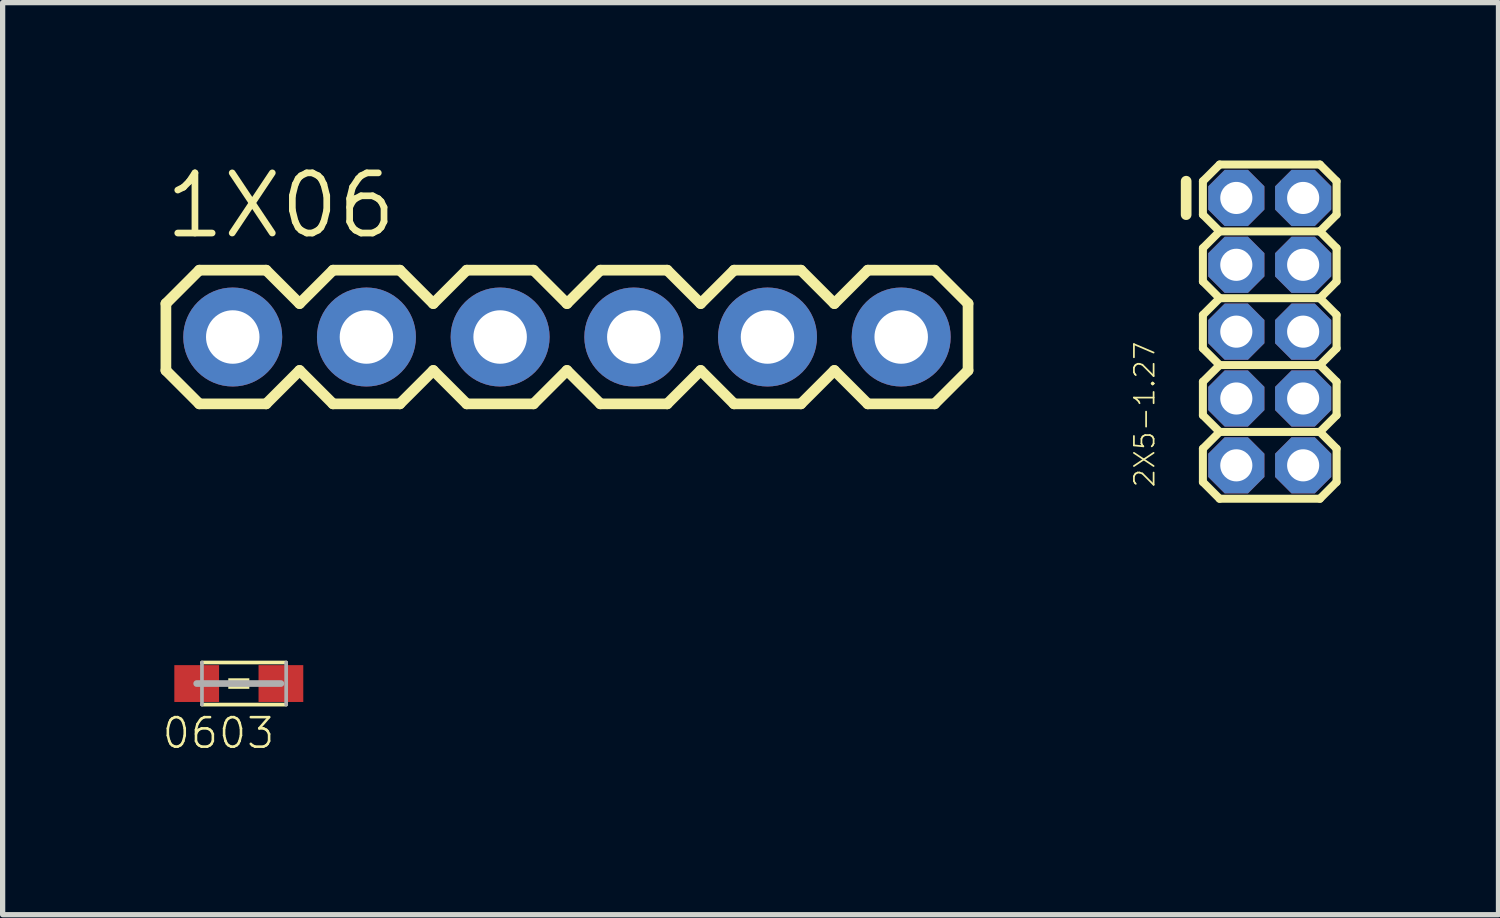
<source format=kicad_pcb>
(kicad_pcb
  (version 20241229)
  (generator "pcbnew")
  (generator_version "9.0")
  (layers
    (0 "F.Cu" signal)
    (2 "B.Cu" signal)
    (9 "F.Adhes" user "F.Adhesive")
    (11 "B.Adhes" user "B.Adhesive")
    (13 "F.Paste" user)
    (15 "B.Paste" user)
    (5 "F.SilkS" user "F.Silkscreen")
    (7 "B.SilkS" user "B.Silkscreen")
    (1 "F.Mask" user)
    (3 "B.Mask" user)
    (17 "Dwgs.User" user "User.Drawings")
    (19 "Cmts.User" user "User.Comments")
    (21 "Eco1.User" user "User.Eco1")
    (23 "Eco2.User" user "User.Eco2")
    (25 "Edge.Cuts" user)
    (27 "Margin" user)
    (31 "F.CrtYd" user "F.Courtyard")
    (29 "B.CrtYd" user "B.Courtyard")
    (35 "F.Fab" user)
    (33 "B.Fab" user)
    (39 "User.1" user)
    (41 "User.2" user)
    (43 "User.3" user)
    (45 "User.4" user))
  (footprint "1X06"
    (layer "F.Cu")
    (at 1.372 3.353)
    (property "Reference" "1X06" (at -1.346 -1.829 0) (layer "F.SilkS") (effects (font (size 1.143 1.143) (thickness 0.127)) (justify left bottom)))
    (fp_line (start -1.27 -0.635) (end -1.27 0.635) (stroke (width 0.203) (type solid)) (layer "F.SilkS"))
    (fp_line (start -1.27 0.635) (end -0.635 1.27) (stroke (width 0.203) (type solid)) (layer "F.SilkS"))
    (fp_line (start -0.635 -1.27) (end -1.27 -0.635) (stroke (width 0.203) (type solid)) (layer "F.SilkS"))
    (fp_line (start -0.635 -1.27) (end 0.635 -1.27) (stroke (width 0.203) (type solid)) (layer "F.SilkS"))
    (fp_line (start 0.635 -1.27) (end 1.27 -0.635) (stroke (width 0.203) (type solid)) (layer "F.SilkS"))
    (fp_line (start 0.635 1.27) (end -0.635 1.27) (stroke (width 0.203) (type solid)) (layer "F.SilkS"))
    (fp_line (start 1.27 -0.635) (end 1.905 -1.27) (stroke (width 0.203) (type solid)) (layer "F.SilkS"))
    (fp_line (start 1.27 0.635) (end 0.635 1.27) (stroke (width 0.203) (type solid)) (layer "F.SilkS"))
    (fp_line (start 1.905 -1.27) (end 3.175 -1.27) (stroke (width 0.203) (type solid)) (layer "F.SilkS"))
    (fp_line (start 1.905 1.27) (end 1.27 0.635) (stroke (width 0.203) (type solid)) (layer "F.SilkS"))
    (fp_line (start 3.175 -1.27) (end 3.81 -0.635) (stroke (width 0.203) (type solid)) (layer "F.SilkS"))
    (fp_line (start 3.175 1.27) (end 1.905 1.27) (stroke (width 0.203) (type solid)) (layer "F.SilkS"))
    (fp_line (start 3.81 -0.635) (end 4.445 -1.27) (stroke (width 0.203) (type solid)) (layer "F.SilkS"))
    (fp_line (start 3.81 0.635) (end 3.175 1.27) (stroke (width 0.203) (type solid)) (layer "F.SilkS"))
    (fp_line (start 4.445 -1.27) (end 5.715 -1.27) (stroke (width 0.203) (type solid)) (layer "F.SilkS"))
    (fp_line (start 4.445 1.27) (end 3.81 0.635) (stroke (width 0.203) (type solid)) (layer "F.SilkS"))
    (fp_line (start 5.715 -1.27) (end 6.35 -0.635) (stroke (width 0.203) (type solid)) (layer "F.SilkS"))
    (fp_line (start 5.715 1.27) (end 4.445 1.27) (stroke (width 0.203) (type solid)) (layer "F.SilkS"))
    (fp_line (start 6.35 0.635) (end 5.715 1.27) (stroke (width 0.203) (type solid)) (layer "F.SilkS"))
    (fp_line (start 6.35 0.635) (end 6.985 1.27) (stroke (width 0.203) (type solid)) (layer "F.SilkS"))
    (fp_line (start 6.985 -1.27) (end 6.35 -0.635) (stroke (width 0.203) (type solid)) (layer "F.SilkS"))
    (fp_line (start 6.985 -1.27) (end 8.255 -1.27) (stroke (width 0.203) (type solid)) (layer "F.SilkS"))
    (fp_line (start 8.255 -1.27) (end 8.89 -0.635) (stroke (width 0.203) (type solid)) (layer "F.SilkS"))
    (fp_line (start 8.255 1.27) (end 6.985 1.27) (stroke (width 0.203) (type solid)) (layer "F.SilkS"))
    (fp_line (start 8.89 -0.635) (end 9.525 -1.27) (stroke (width 0.203) (type solid)) (layer "F.SilkS"))
    (fp_line (start 8.89 0.635) (end 8.255 1.27) (stroke (width 0.203) (type solid)) (layer "F.SilkS"))
    (fp_line (start 9.525 -1.27) (end 10.795 -1.27) (stroke (width 0.203) (type solid)) (layer "F.SilkS"))
    (fp_line (start 9.525 1.27) (end 8.89 0.635) (stroke (width 0.203) (type solid)) (layer "F.SilkS"))
    (fp_line (start 10.795 -1.27) (end 11.43 -0.635) (stroke (width 0.203) (type solid)) (layer "F.SilkS"))
    (fp_line (start 10.795 1.27) (end 9.525 1.27) (stroke (width 0.203) (type solid)) (layer "F.SilkS"))
    (fp_line (start 11.43 -0.635) (end 12.065 -1.27) (stroke (width 0.203) (type solid)) (layer "F.SilkS"))
    (fp_line (start 11.43 0.635) (end 10.795 1.27) (stroke (width 0.203) (type solid)) (layer "F.SilkS"))
    (fp_line (start 12.065 -1.27) (end 13.335 -1.27) (stroke (width 0.203) (type solid)) (layer "F.SilkS"))
    (fp_line (start 12.065 1.27) (end 11.43 0.635) (stroke (width 0.203) (type solid)) (layer "F.SilkS"))
    (fp_line (start 13.335 -1.27) (end 13.97 -0.635) (stroke (width 0.203) (type solid)) (layer "F.SilkS"))
    (fp_line (start 13.335 1.27) (end 12.065 1.27) (stroke (width 0.203) (type solid)) (layer "F.SilkS"))
    (fp_line (start 13.97 -0.635) (end 13.97 0.635) (stroke (width 0.203) (type solid)) (layer "F.SilkS"))
    (fp_line (start 13.97 0.635) (end 13.335 1.27) (stroke (width 0.203) (type solid)) (layer "F.SilkS"))
    (fp_poly (pts (xy -0.254 0.254) (xy 0.254 0.254) (xy 0.254 -0.254) (xy -0.254 -0.254)) (stroke (width 0.1) (type solid)) (fill no) (layer "F.Fab"))
    (fp_poly (pts (xy 2.286 0.254) (xy 2.794 0.254) (xy 2.794 -0.254) (xy 2.286 -0.254)) (stroke (width 0.1) (type solid)) (fill no) (layer "F.Fab"))
    (fp_poly (pts (xy 4.826 0.254) (xy 5.334 0.254) (xy 5.334 -0.254) (xy 4.826 -0.254)) (stroke (width 0.1) (type solid)) (fill no) (layer "F.Fab"))
    (fp_poly (pts (xy 7.366 0.254) (xy 7.874 0.254) (xy 7.874 -0.254) (xy 7.366 -0.254)) (stroke (width 0.1) (type solid)) (fill no) (layer "F.Fab"))
    (fp_poly (pts (xy 9.906 0.254) (xy 10.414 0.254) (xy 10.414 -0.254) (xy 9.906 -0.254)) (stroke (width 0.1) (type solid)) (fill no) (layer "F.Fab"))
    (fp_poly (pts (xy 12.446 0.254) (xy 12.954 0.254) (xy 12.954 -0.254) (xy 12.446 -0.254)) (stroke (width 0.1) (type solid)) (fill no) (layer "F.Fab"))
    (pad "1" thru_hole circle (at 0 0 90) (size 1.88 1.88) (drill 1.016) (layers "*.Cu" "*.Mask"))
    (pad "2" thru_hole circle (at 2.54 0 90) (size 1.88 1.88) (drill 1.016) (layers "*.Cu" "*.Mask"))
    (pad "3" thru_hole circle (at 5.08 0 90) (size 1.88 1.88) (drill 1.016) (layers "*.Cu" "*.Mask"))
    (pad "4" thru_hole circle (at 7.62 0 90) (size 1.88 1.88) (drill 1.016) (layers "*.Cu" "*.Mask"))
    (pad "5" thru_hole circle (at 10.16 0 90) (size 1.88 1.88) (drill 1.016) (layers "*.Cu" "*.Mask"))
    (pad "6" thru_hole circle (at 12.7 0 90) (size 1.88 1.88) (drill 1.016) (layers "*.Cu" "*.Mask")))
  (footprint "0603"
    (layer "F.Cu")
    (at 1.587 9.937)
    (property "Reference" "0603" (at -1.587 1.27 0) (layer "F.SilkS") (effects (font (size 0.561 0.561) (thickness 0.049)) (justify left bottom)))
    (fp_line (start -0.8 -0.4) (end 0.8 -0.4) (stroke (width 0.07) (type solid)) (layer "F.SilkS"))
    (fp_line (start 0.8 0.4) (end -0.8 0.4) (stroke (width 0.07) (type solid)) (layer "F.SilkS"))
    (fp_poly (pts (xy -0.3 0.1) (xy 0.1 0.1) (xy 0.1 -0.1) (xy -0.3 -0.1)) (stroke (width 0) (type solid)) (fill yes) (layer "F.SilkS"))
    (fp_line (start -0.9 0) (end 0.7 0) (stroke (width 0.127) (type solid)) (layer "F.Fab"))
    (fp_line (start -0.8 0.4) (end -0.8 -0.4) (stroke (width 0.07) (type solid)) (layer "F.Fab"))
    (fp_line (start 0.8 -0.4) (end 0.8 0.4) (stroke (width 0.07) (type solid)) (layer "F.Fab"))
    (pad "1" smd rect (at -0.9 0) (size 0.85 0.7) (layers "F.Cu" "F.Mask" "F.Paste"))
    (pad "2" smd rect (at 0.7 0) (size 0.85 0.7) (layers "F.Cu" "F.Mask" "F.Paste")))
  (footprint "2X5-1.27"
    (layer "F.Cu")
    (at 21.709 4.521)
    (property "Reference" "2X5-1.27" (at -2.794 1.714 90) (layer "F.SilkS") (effects (font (size 0.374 0.374) (thickness 0.033)) (justify left bottom)))
    (fp_line (start -2.223 -4.128) (end -2.223 -3.493) (stroke (width 0.203) (type solid)) (layer "F.SilkS"))
    (fp_line (start -1.905 -4.128) (end -1.905 -3.493) (stroke (width 0.152) (type solid)) (layer "F.SilkS"))
    (fp_line (start -1.905 -3.493) (end -1.587 -3.175) (stroke (width 0.152) (type solid)) (layer "F.SilkS"))
    (fp_line (start -1.905 -2.857) (end -1.905 -2.223) (stroke (width 0.152) (type solid)) (layer "F.SilkS"))
    (fp_line (start -1.905 -2.223) (end -1.587 -1.905) (stroke (width 0.152) (type solid)) (layer "F.SilkS"))
    (fp_line (start -1.905 -1.587) (end -1.905 -0.953) (stroke (width 0.152) (type solid)) (layer "F.SilkS"))
    (fp_line (start -1.905 -0.953) (end -1.587 -0.635) (stroke (width 0.152) (type solid)) (layer "F.SilkS"))
    (fp_line (start -1.905 -0.318) (end -1.905 0.318) (stroke (width 0.152) (type solid)) (layer "F.SilkS"))
    (fp_line (start -1.905 0.318) (end -1.587 0.635) (stroke (width 0.152) (type solid)) (layer "F.SilkS"))
    (fp_line (start -1.905 0.953) (end -1.905 1.587) (stroke (width 0.152) (type solid)) (layer "F.SilkS"))
    (fp_line (start -1.905 1.587) (end -1.587 1.905) (stroke (width 0.152) (type solid)) (layer "F.SilkS"))
    (fp_line (start -1.587 -4.445) (end -1.905 -4.128) (stroke (width 0.152) (type solid)) (layer "F.SilkS"))
    (fp_line (start -1.587 -4.445) (end 0.318 -4.445) (stroke (width 0.152) (type solid)) (layer "F.SilkS"))
    (fp_line (start -1.587 -3.175) (end -1.905 -2.857) (stroke (width 0.152) (type solid)) (layer "F.SilkS"))
    (fp_line (start -1.587 -1.905) (end -1.905 -1.587) (stroke (width 0.152) (type solid)) (layer "F.SilkS"))
    (fp_line (start -1.587 -0.635) (end -1.905 -0.318) (stroke (width 0.152) (type solid)) (layer "F.SilkS"))
    (fp_line (start -1.587 0.635) (end -1.905 0.953) (stroke (width 0.152) (type solid)) (layer "F.SilkS"))
    (fp_line (start 0.318 -4.445) (end 0.635 -4.128) (stroke (width 0.152) (type solid)) (layer "F.SilkS"))
    (fp_line (start 0.318 -3.175) (end -1.587 -3.175) (stroke (width 0.152) (type solid)) (layer "F.SilkS"))
    (fp_line (start 0.318 -3.175) (end 0.635 -2.857) (stroke (width 0.152) (type solid)) (layer "F.SilkS"))
    (fp_line (start 0.318 -1.905) (end -1.587 -1.905) (stroke (width 0.152) (type solid)) (layer "F.SilkS"))
    (fp_line (start 0.318 -1.905) (end 0.635 -1.587) (stroke (width 0.152) (type solid)) (layer "F.SilkS"))
    (fp_line (start 0.318 -0.635) (end -1.587 -0.635) (stroke (width 0.152) (type solid)) (layer "F.SilkS"))
    (fp_line (start 0.318 -0.635) (end 0.635 -0.318) (stroke (width 0.152) (type solid)) (layer "F.SilkS"))
    (fp_line (start 0.318 0.635) (end -1.587 0.635) (stroke (width 0.152) (type solid)) (layer "F.SilkS"))
    (fp_line (start 0.318 0.635) (end 0.635 0.953) (stroke (width 0.152) (type solid)) (layer "F.SilkS"))
    (fp_line (start 0.318 1.905) (end -1.587 1.905) (stroke (width 0.152) (type solid)) (layer "F.SilkS"))
    (fp_line (start 0.635 -4.128) (end 0.635 -3.493) (stroke (width 0.152) (type solid)) (layer "F.SilkS"))
    (fp_line (start 0.635 -3.493) (end 0.318 -3.175) (stroke (width 0.152) (type solid)) (layer "F.SilkS"))
    (fp_line (start 0.635 -2.857) (end 0.635 -2.223) (stroke (width 0.152) (type solid)) (layer "F.SilkS"))
    (fp_line (start 0.635 -2.223) (end 0.318 -1.905) (stroke (width 0.152) (type solid)) (layer "F.SilkS"))
    (fp_line (start 0.635 -1.587) (end 0.635 -0.953) (stroke (width 0.152) (type solid)) (layer "F.SilkS"))
    (fp_line (start 0.635 -0.953) (end 0.318 -0.635) (stroke (width 0.152) (type solid)) (layer "F.SilkS"))
    (fp_line (start 0.635 -0.318) (end 0.635 0.318) (stroke (width 0.152) (type solid)) (layer "F.SilkS"))
    (fp_line (start 0.635 0.318) (end 0.318 0.635) (stroke (width 0.152) (type solid)) (layer "F.SilkS"))
    (fp_line (start 0.635 0.953) (end 0.635 1.587) (stroke (width 0.152) (type solid)) (layer "F.SilkS"))
    (fp_line (start 0.635 1.587) (end 0.318 1.905) (stroke (width 0.152) (type solid)) (layer "F.SilkS"))
    (fp_poly (pts (xy -1.397 -3.683) (xy -1.143 -3.683) (xy -1.143 -3.937) (xy -1.397 -3.937)) (stroke (width 0.1) (type solid)) (fill no) (layer "F.Fab"))
    (fp_poly (pts (xy -1.397 -2.413) (xy -1.143 -2.413) (xy -1.143 -2.667) (xy -1.397 -2.667)) (stroke (width 0.1) (type solid)) (fill no) (layer "F.Fab"))
    (fp_poly (pts (xy -1.397 -1.143) (xy -1.143 -1.143) (xy -1.143 -1.397) (xy -1.397 -1.397)) (stroke (width 0.1) (type solid)) (fill no) (layer "F.Fab"))
    (fp_poly (pts (xy -1.397 0.127) (xy -1.143 0.127) (xy -1.143 -0.127) (xy -1.397 -0.127)) (stroke (width 0.1) (type solid)) (fill no) (layer "F.Fab"))
    (fp_poly (pts (xy -1.397 1.397) (xy -1.143 1.397) (xy -1.143 1.143) (xy -1.397 1.143)) (stroke (width 0.1) (type solid)) (fill no) (layer "F.Fab"))
    (fp_poly (pts (xy -0.127 -3.683) (xy 0.127 -3.683) (xy 0.127 -3.937) (xy -0.127 -3.937)) (stroke (width 0.1) (type solid)) (fill no) (layer "F.Fab"))
    (fp_poly (pts (xy -0.127 -2.413) (xy 0.127 -2.413) (xy 0.127 -2.667) (xy -0.127 -2.667)) (stroke (width 0.1) (type solid)) (fill no) (layer "F.Fab"))
    (fp_poly (pts (xy -0.127 -1.143) (xy 0.127 -1.143) (xy 0.127 -1.397) (xy -0.127 -1.397)) (stroke (width 0.1) (type solid)) (fill no) (layer "F.Fab"))
    (fp_poly (pts (xy -0.127 0.127) (xy 0.127 0.127) (xy 0.127 -0.127) (xy -0.127 -0.127)) (stroke (width 0.1) (type solid)) (fill no) (layer "F.Fab"))
    (fp_poly (pts (xy -0.127 1.397) (xy 0.127 1.397) (xy 0.127 1.143) (xy -0.127 1.143)) (stroke (width 0.1) (type solid)) (fill no) (layer "F.Fab"))
    (pad "1" thru_hole roundrect (at -1.27 -3.81 270) (size 1.067 1.067) (drill 0.61) (layers "*.Cu" "*.Mask") (roundrect_rratio 0.25) (chamfer_ratio 0.293) (chamfer top_left top_right bottom_left bottom_right))
    (pad "2" thru_hole roundrect (at 0 -3.81 270) (size 1.067 1.067) (drill 0.61) (layers "*.Cu" "*.Mask") (roundrect_rratio 0.25) (chamfer_ratio 0.293) (chamfer top_left top_right bottom_left bottom_right))
    (pad "3" thru_hole roundrect (at -1.27 -2.54 270) (size 1.067 1.067) (drill 0.61) (layers "*.Cu" "*.Mask") (roundrect_rratio 0.25) (chamfer_ratio 0.293) (chamfer top_left top_right bottom_left bottom_right))
    (pad "4" thru_hole roundrect (at 0 -2.54 270) (size 1.067 1.067) (drill 0.61) (layers "*.Cu" "*.Mask") (roundrect_rratio 0.25) (chamfer_ratio 0.293) (chamfer top_left top_right bottom_left bottom_right))
    (pad "5" thru_hole roundrect (at -1.27 -1.27 270) (size 1.067 1.067) (drill 0.61) (layers "*.Cu" "*.Mask") (roundrect_rratio 0.25) (chamfer_ratio 0.293) (chamfer top_left top_right bottom_left bottom_right))
    (pad "6" thru_hole roundrect (at 0 -1.27 270) (size 1.067 1.067) (drill 0.61) (layers "*.Cu" "*.Mask") (roundrect_rratio 0.25) (chamfer_ratio 0.293) (chamfer top_left top_right bottom_left bottom_right))
    (pad "7" thru_hole roundrect (at -1.27 0 270) (size 1.067 1.067) (drill 0.61) (layers "*.Cu" "*.Mask") (roundrect_rratio 0.25) (chamfer_ratio 0.293) (chamfer top_left top_right bottom_left bottom_right))
    (pad "8" thru_hole roundrect (at 0 0 270) (size 1.067 1.067) (drill 0.61) (layers "*.Cu" "*.Mask") (roundrect_rratio 0.25) (chamfer_ratio 0.293) (chamfer top_left top_right bottom_left bottom_right))
    (pad "9" thru_hole roundrect (at -1.27 1.27 270) (size 1.067 1.067) (drill 0.61) (layers "*.Cu" "*.Mask") (roundrect_rratio 0.25) (chamfer_ratio 0.293) (chamfer top_left top_right bottom_left bottom_right))
    (pad "10" thru_hole roundrect (at 0 1.27 270) (size 1.067 1.067) (drill 0.61) (layers "*.Cu" "*.Mask") (roundrect_rratio 0.25) (chamfer_ratio 0.293) (chamfer top_left top_right bottom_left bottom_right)))
  (gr_rect
    (start -3 -3)
    (end 25.42 14.328)
    (stroke (width 0.1) (type default))
    (fill no)
    (layer "Edge.Cuts")))
</source>
